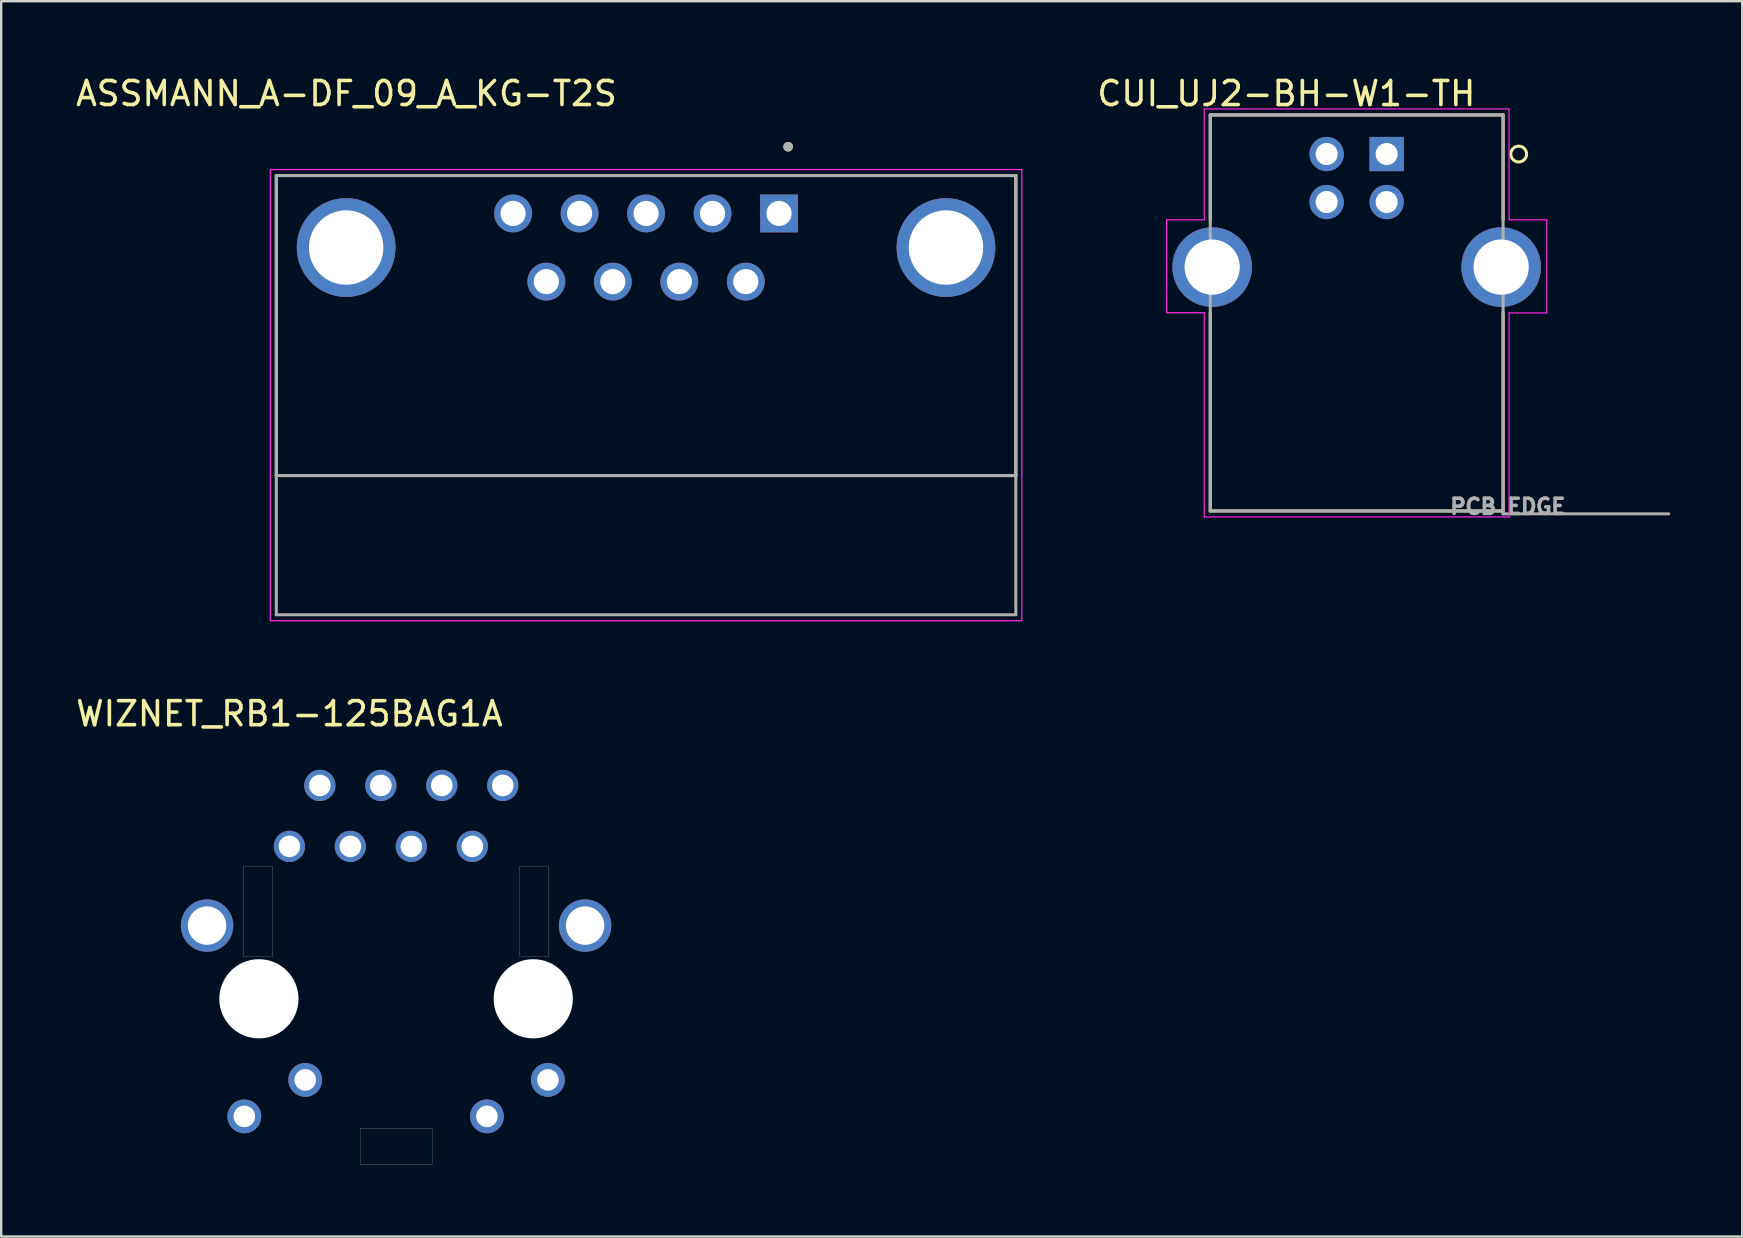
<source format=kicad_pcb>
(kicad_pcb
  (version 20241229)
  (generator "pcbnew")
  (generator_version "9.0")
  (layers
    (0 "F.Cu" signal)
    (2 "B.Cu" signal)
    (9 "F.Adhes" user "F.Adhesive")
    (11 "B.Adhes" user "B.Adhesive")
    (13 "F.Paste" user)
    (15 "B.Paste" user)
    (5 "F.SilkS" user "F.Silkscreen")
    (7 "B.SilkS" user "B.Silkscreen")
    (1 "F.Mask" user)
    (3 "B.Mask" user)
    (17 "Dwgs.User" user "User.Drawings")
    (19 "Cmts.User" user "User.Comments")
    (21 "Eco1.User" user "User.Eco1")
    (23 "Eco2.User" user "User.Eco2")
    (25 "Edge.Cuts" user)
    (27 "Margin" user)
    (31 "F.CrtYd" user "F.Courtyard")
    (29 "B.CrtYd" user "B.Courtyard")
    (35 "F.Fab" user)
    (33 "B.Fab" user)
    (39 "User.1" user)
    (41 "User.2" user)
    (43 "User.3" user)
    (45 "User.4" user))
  (footprint "CUI_UJ2-BH-W1-TH"
    (layer "F.Cu")
    (at 54.723 3.368)
    (property "Reference" "CUI_UJ2-BH-W1-TH" (at -4.181 -2.519 0) (layer "F.SilkS") (effects (font (size 1.002 1.002) (thickness 0.15))))
    (attr through_hole)
    (fp_line (start -7.35 -1.63) (end 4.85 -1.63) (stroke (width 0.127) (type solid)) (layer "F.SilkS"))
    (fp_line (start -7.35 2.74) (end -7.35 -1.63) (stroke (width 0.127) (type solid)) (layer "F.SilkS"))
    (fp_line (start -7.35 6.61) (end -7.35 14.87) (stroke (width 0.127) (type solid)) (layer "F.SilkS"))
    (fp_line (start -7.35 14.87) (end 4.85 14.87) (stroke (width 0.127) (type solid)) (layer "F.SilkS"))
    (fp_line (start 4.85 -1.63) (end 4.85 2.74) (stroke (width 0.127) (type solid)) (layer "F.SilkS"))
    (fp_line (start 4.85 14.87) (end 4.85 6.61) (stroke (width 0.127) (type solid)) (layer "F.SilkS"))
    (fp_circle (center 5.5 0) (end 5.829 0) (stroke (width 0.127) (type solid)) (fill no) (layer "F.SilkS"))
    (fp_line (start -9.17 2.74) (end -7.6 2.74) (stroke (width 0.05) (type solid)) (layer "F.CrtYd"))
    (fp_line (start -9.17 6.61) (end -9.17 2.74) (stroke (width 0.05) (type solid)) (layer "F.CrtYd"))
    (fp_line (start -7.6 -1.88) (end 5.1 -1.88) (stroke (width 0.05) (type solid)) (layer "F.CrtYd"))
    (fp_line (start -7.6 2.74) (end -7.6 -1.88) (stroke (width 0.05) (type solid)) (layer "F.CrtYd"))
    (fp_line (start -7.6 6.61) (end -9.17 6.61) (stroke (width 0.05) (type solid)) (layer "F.CrtYd"))
    (fp_line (start -7.6 15.12) (end -7.6 6.61) (stroke (width 0.05) (type solid)) (layer "F.CrtYd"))
    (fp_line (start 5.1 -1.88) (end 5.1 2.74) (stroke (width 0.05) (type solid)) (layer "F.CrtYd"))
    (fp_line (start 5.1 2.74) (end 6.67 2.74) (stroke (width 0.05) (type solid)) (layer "F.CrtYd"))
    (fp_line (start 5.1 6.62) (end 5.1 15.12) (stroke (width 0.05) (type solid)) (layer "F.CrtYd"))
    (fp_line (start 5.1 15.12) (end -7.6 15.12) (stroke (width 0.05) (type solid)) (layer "F.CrtYd"))
    (fp_line (start 6.67 2.74) (end 6.67 6.62) (stroke (width 0.05) (type solid)) (layer "F.CrtYd"))
    (fp_line (start 6.67 6.62) (end 5.1 6.62) (stroke (width 0.05) (type solid)) (layer "F.CrtYd"))
    (fp_line (start -7.35 -1.63) (end 4.85 -1.63) (stroke (width 0.127) (type solid)) (layer "F.Fab"))
    (fp_line (start -7.35 14.87) (end -7.35 -1.63) (stroke (width 0.127) (type solid)) (layer "F.Fab"))
    (fp_line (start 4.85 -1.63) (end 4.85 14.87) (stroke (width 0.127) (type solid)) (layer "F.Fab"))
    (fp_line (start 4.85 14.87) (end -7.35 14.87) (stroke (width 0.127) (type solid)) (layer "F.Fab"))
    (fp_line (start 4.85 14.87) (end 4.85 14.99) (stroke (width 0.127) (type solid)) (layer "F.Fab"))
    (fp_line (start 4.85 14.99) (end 11.75 14.99) (stroke (width 0.127) (type solid)) (layer "F.Fab"))
    (fp_circle (center 0 0) (end 0.2 0) (stroke (width 0.4) (type solid)) (fill no) (layer "F.Fab"))
    (fp_text user "PCB EDGE" (at 5.048 14.685 0) (layer "F.Fab") (effects (font (size 0.631 0.631) (thickness 0.15))))
    (pad "1" thru_hole rect (at 0 0) (size 1.428 1.428) (drill 0.92) (layers "*.Cu" "*.Mask"))
    (pad "2" thru_hole circle (at -2.5 0) (size 1.428 1.428) (drill 0.92) (layers "*.Cu" "*.Mask"))
    (pad "3" thru_hole circle (at -2.5 2) (size 1.428 1.428) (drill 0.92) (layers "*.Cu" "*.Mask"))
    (pad "4" thru_hole circle (at 0 2) (size 1.428 1.428) (drill 0.92) (layers "*.Cu" "*.Mask"))
    (pad "SH1" thru_hole circle (at -7.27 4.71) (size 3.316 3.316) (drill 2.3) (layers "*.Cu" "*.Mask"))
    (pad "SH2" thru_hole circle (at 4.77 4.71) (size 3.316 3.316) (drill 2.3) (layers "*.Cu" "*.Mask")))
  (footprint "WIZNET_RB1-125BAG1A"
    (layer "F.Cu")
    (at 13.453 38.562)
    (property "Reference" "WIZNET_RB1-125BAG1A" (at -4.446 -11.875 0) (layer "F.SilkS") (effects (font (size 1 1) (thickness 0.15))))
    (attr through_hole)
    (fp_poly (pts (xy -6.36 -5.528) (xy -5.15 -5.528) (xy -5.15 -1.756) (xy -6.36 -1.756)) (stroke (width 0.01) (type solid)) (fill no) (layer "F.Fab"))
    (fp_poly (pts (xy -1.5 5.4) (xy 1.5 5.4) (xy 1.5 6.9) (xy -1.5 6.9)) (stroke (width 0.01) (type solid)) (fill no) (layer "F.Fab"))
    (fp_poly (pts (xy 5.156 -5.528) (xy 6.348 -5.528) (xy 6.348 -1.756) (xy 5.156 -1.756)) (stroke (width 0.01) (type solid)) (fill no) (layer "F.Fab"))
    (pad "" np_thru_hole circle (at -5.716 0.001) (size 3.3 3.3) (drill 3.3) (layers "*.Cu" "*.Mask"))
    (pad "" np_thru_hole circle (at 5.714 0.001) (size 3.3 3.3) (drill 3.3) (layers "*.Cu" "*.Mask"))
    (pad "L1" thru_hole circle (at 6.325 3.38) (size 1.408 1.408) (drill 0.9) (layers "*.Cu" "*.Mask"))
    (pad "L2" thru_hole circle (at 3.784 4.899) (size 1.408 1.408) (drill 0.9) (layers "*.Cu" "*.Mask"))
    (pad "L3" thru_hole circle (at -3.786 3.379) (size 1.408 1.408) (drill 0.9) (layers "*.Cu" "*.Mask"))
    (pad "L4" thru_hole circle (at -6.325 4.9) (size 1.408 1.408) (drill 0.9) (layers "*.Cu" "*.Mask"))
    (pad "R1" thru_hole circle (at -4.446 -6.349) (size 1.3 1.3) (drill 0.9) (layers "*.Cu" "*.Mask"))
    (pad "R2" thru_hole circle (at -3.176 -8.889) (size 1.3 1.3) (drill 0.9) (layers "*.Cu" "*.Mask"))
    (pad "R3" thru_hole circle (at -1.906 -6.349) (size 1.3 1.3) (drill 0.9) (layers "*.Cu" "*.Mask"))
    (pad "R4" thru_hole circle (at -0.636 -8.889) (size 1.3 1.3) (drill 0.9) (layers "*.Cu" "*.Mask"))
    (pad "R5" thru_hole circle (at 0.634 -6.349) (size 1.3 1.3) (drill 0.9) (layers "*.Cu" "*.Mask"))
    (pad "R6" thru_hole circle (at 1.904 -8.889) (size 1.3 1.3) (drill 0.9) (layers "*.Cu" "*.Mask"))
    (pad "R7" thru_hole circle (at 3.174 -6.349) (size 1.3 1.3) (drill 0.9) (layers "*.Cu" "*.Mask"))
    (pad "R8" thru_hole circle (at 4.444 -8.889) (size 1.3 1.3) (drill 0.9) (layers "*.Cu" "*.Mask"))
    (pad "S1" thru_hole circle (at -7.876 -3.049) (size 2.184 2.184) (drill 1.6) (layers "*.Cu" "*.Mask"))
    (pad "S2" thru_hole circle (at 7.874 -3.049) (size 2.184 2.184) (drill 1.6) (layers "*.Cu" "*.Mask")))
  (footprint "ASSMANN_A-DF_09_A_KG-T2S"
    (layer "F.Cu")
    (at 23.867 7.263)
    (property "Reference" "ASSMANN_A-DF_09_A_KG-T2S" (at -12.48 -6.415 0) (layer "F.SilkS") (effects (font (size 1 1) (thickness 0.15))))
    (attr through_hole)
    (fp_line (start -15.405 -3) (end -15.405 9.5) (stroke (width 0.127) (type solid)) (layer "F.SilkS"))
    (fp_line (start -15.405 9.5) (end 15.405 9.5) (stroke (width 0.127) (type solid)) (layer "F.SilkS"))
    (fp_line (start 15.405 -3) (end -15.405 -3) (stroke (width 0.127) (type solid)) (layer "F.SilkS"))
    (fp_line (start 15.405 9.5) (end 15.405 -3) (stroke (width 0.127) (type solid)) (layer "F.SilkS"))
    (fp_circle (center 5.92 -4.2) (end 6.02 -4.2) (stroke (width 0.2) (type solid)) (fill no) (layer "F.SilkS"))
    (fp_line (start -15.655 -3.25) (end -15.655 15.55) (stroke (width 0.05) (type solid)) (layer "F.CrtYd"))
    (fp_line (start -15.655 15.55) (end 15.655 15.55) (stroke (width 0.05) (type solid)) (layer "F.CrtYd"))
    (fp_line (start 15.655 -3.25) (end -15.655 -3.25) (stroke (width 0.05) (type solid)) (layer "F.CrtYd"))
    (fp_line (start 15.655 15.55) (end 15.655 -3.25) (stroke (width 0.05) (type solid)) (layer "F.CrtYd"))
    (fp_line (start -15.405 -3) (end -15.405 15.3) (stroke (width 0.127) (type solid)) (layer "F.Fab"))
    (fp_line (start -15.405 9.5) (end 15.405 9.5) (stroke (width 0.127) (type solid)) (layer "F.Fab"))
    (fp_line (start -15.405 15.3) (end 15.405 15.3) (stroke (width 0.127) (type solid)) (layer "F.Fab"))
    (fp_line (start 15.405 -3) (end -15.405 -3) (stroke (width 0.127) (type solid)) (layer "F.Fab"))
    (fp_line (start 15.405 15.3) (end 15.405 -3) (stroke (width 0.127) (type solid)) (layer "F.Fab"))
    (fp_circle (center 5.92 -4.2) (end 6.02 -4.2) (stroke (width 0.2) (type solid)) (fill no) (layer "F.Fab"))
    (pad "0" thru_hole circle (at -12.495 0) (size 4.116 4.116) (drill 3.1) (layers "*.Cu" "*.Mask"))
    (pad "0" thru_hole circle (at 12.495 0) (size 4.116 4.116) (drill 3.1) (layers "*.Cu" "*.Mask"))
    (pad "1" thru_hole rect (at 5.54 -1.42) (size 1.575 1.575) (drill 1.05) (layers "*.Cu" "*.Mask"))
    (pad "2" thru_hole circle (at 2.77 -1.42) (size 1.575 1.575) (drill 1.05) (layers "*.Cu" "*.Mask"))
    (pad "3" thru_hole circle (at 0 -1.42) (size 1.575 1.575) (drill 1.05) (layers "*.Cu" "*.Mask"))
    (pad "4" thru_hole circle (at -2.77 -1.42) (size 1.575 1.575) (drill 1.05) (layers "*.Cu" "*.Mask"))
    (pad "5" thru_hole circle (at -5.54 -1.42) (size 1.575 1.575) (drill 1.05) (layers "*.Cu" "*.Mask"))
    (pad "6" thru_hole circle (at 4.155 1.42) (size 1.575 1.575) (drill 1.05) (layers "*.Cu" "*.Mask"))
    (pad "7" thru_hole circle (at 1.385 1.42) (size 1.575 1.575) (drill 1.05) (layers "*.Cu" "*.Mask"))
    (pad "8" thru_hole circle (at -1.385 1.42) (size 1.575 1.575) (drill 1.05) (layers "*.Cu" "*.Mask"))
    (pad "9" thru_hole circle (at -4.155 1.42) (size 1.575 1.575) (drill 1.05) (layers "*.Cu" "*.Mask")))
  (gr_rect
    (start -3 -3)
    (end 69.536 48.467)
    (stroke (width 0.1) (type default))
    (fill no)
    (layer "Edge.Cuts")))
</source>
